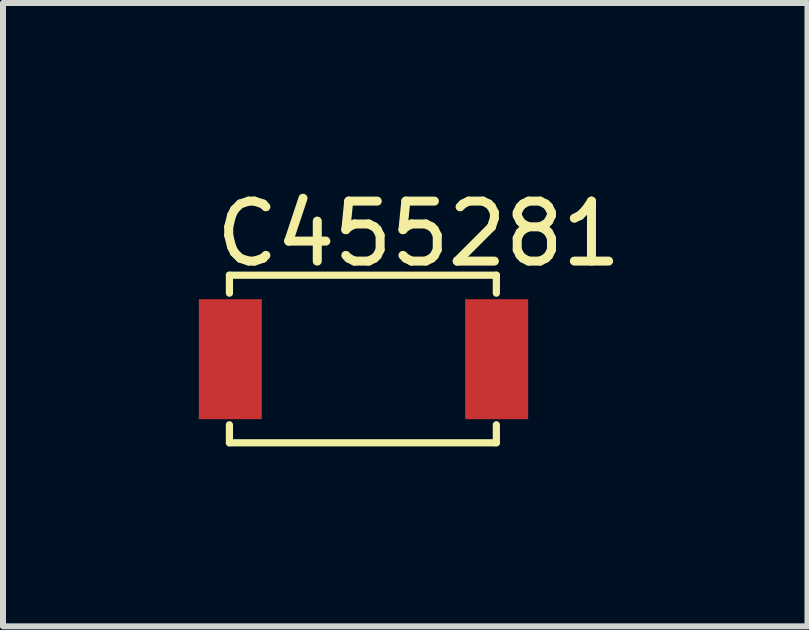
<source format=kicad_pcb>
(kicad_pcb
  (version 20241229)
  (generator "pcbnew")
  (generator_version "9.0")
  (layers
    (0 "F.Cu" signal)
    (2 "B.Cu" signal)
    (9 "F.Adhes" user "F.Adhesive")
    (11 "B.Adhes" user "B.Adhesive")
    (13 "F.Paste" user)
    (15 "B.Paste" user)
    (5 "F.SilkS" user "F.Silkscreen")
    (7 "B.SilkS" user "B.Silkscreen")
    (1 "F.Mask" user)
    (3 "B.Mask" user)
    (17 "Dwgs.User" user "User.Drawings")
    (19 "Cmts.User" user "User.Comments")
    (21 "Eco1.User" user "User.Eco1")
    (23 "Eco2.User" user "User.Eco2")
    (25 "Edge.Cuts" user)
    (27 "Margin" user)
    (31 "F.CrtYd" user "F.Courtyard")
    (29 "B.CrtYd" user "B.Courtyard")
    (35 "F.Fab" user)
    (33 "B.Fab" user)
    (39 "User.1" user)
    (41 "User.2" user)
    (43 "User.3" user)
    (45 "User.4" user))
  (footprint "C455281"
    (layer "F.Cu")
    (at 0.25 1.538)
    (property "Reference" "C455281" (at 3.68 -0.69 0) (layer "F.SilkS") (effects (font (size 1 1) (thickness 0.15))))
    (attr through_hole)
    (fp_line (start 0.525 0) (end 4.975 0) (stroke (width 0.12) (type solid)) (layer "F.SilkS"))
    (fp_line (start 0.525 0.3) (end 0.525 0) (stroke (width 0.12) (type solid)) (layer "F.SilkS"))
    (fp_line (start 0.525 2.794) (end 0.525 2.494) (stroke (width 0.12) (type solid)) (layer "F.SilkS"))
    (fp_line (start 4.975 0) (end 4.975 0.3) (stroke (width 0.12) (type solid)) (layer "F.SilkS"))
    (fp_line (start 4.975 2.494) (end 4.975 2.794) (stroke (width 0.12) (type solid)) (layer "F.SilkS"))
    (fp_line (start 4.975 2.794) (end 0.525 2.794) (stroke (width 0.12) (type solid)) (layer "F.SilkS"))
    (pad "1" smd rect (at 4.98 1.4) (size 1.05 2) (layers "F.Cu" "F.Mask" "F.Paste"))
    (pad "2" smd rect (at 0.54 1.4) (size 1.05 2) (layers "F.Cu" "F.Mask" "F.Paste")))
  (gr_rect
    (start -3 -3)
    (end 10.412 7.392)
    (stroke (width 0.1) (type default))
    (fill no)
    (layer "Edge.Cuts")))
</source>
